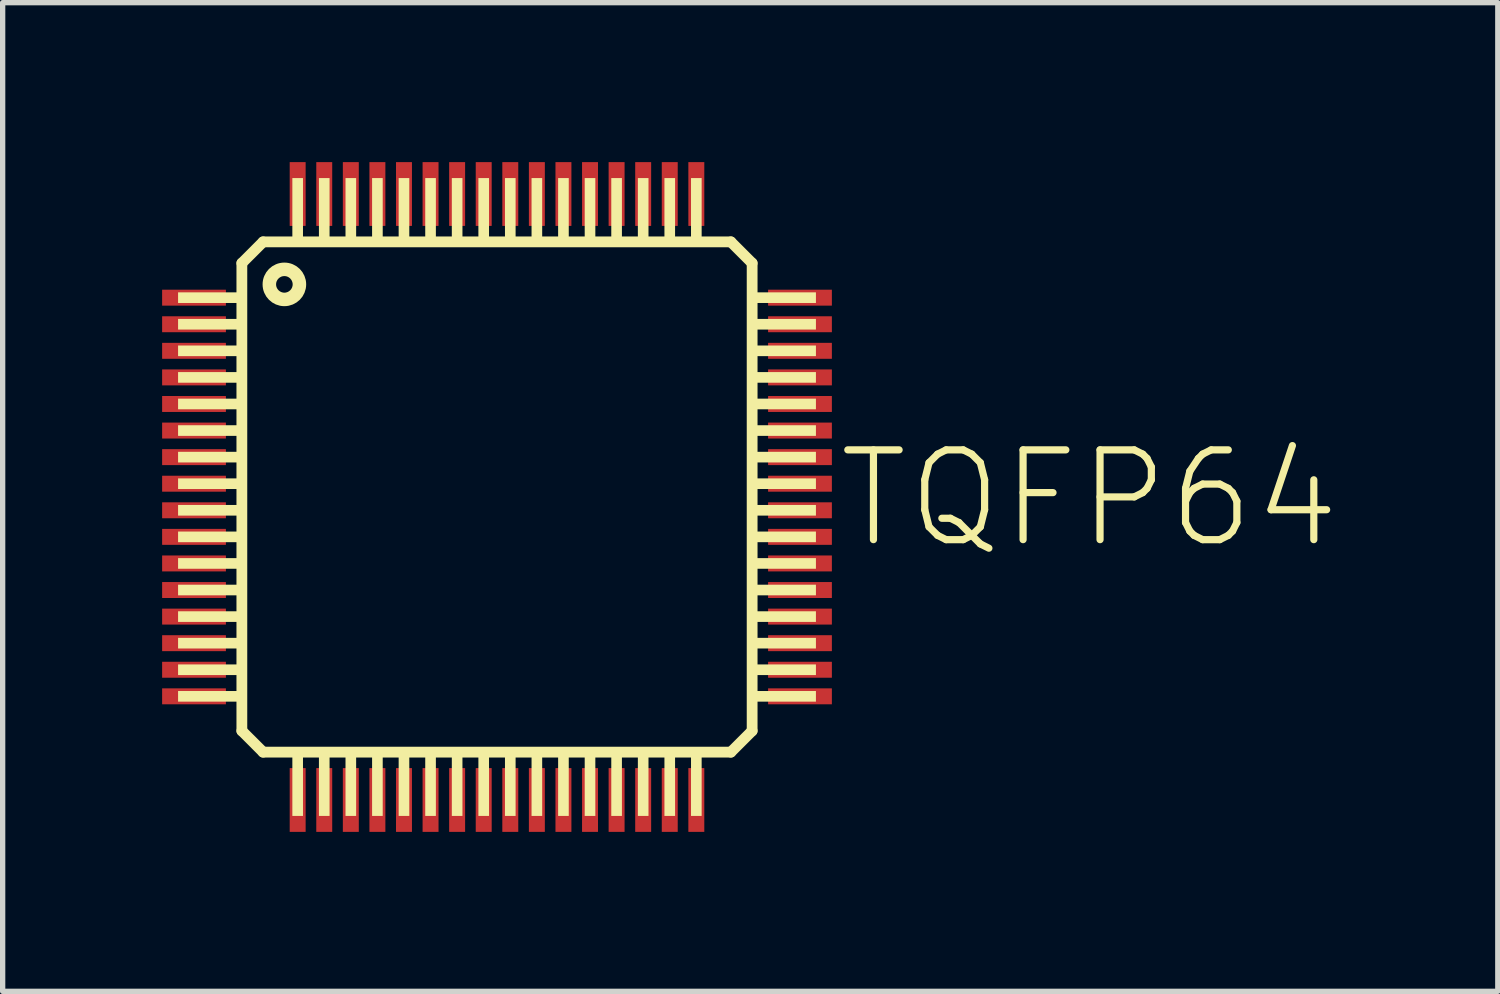
<source format=kicad_pcb>
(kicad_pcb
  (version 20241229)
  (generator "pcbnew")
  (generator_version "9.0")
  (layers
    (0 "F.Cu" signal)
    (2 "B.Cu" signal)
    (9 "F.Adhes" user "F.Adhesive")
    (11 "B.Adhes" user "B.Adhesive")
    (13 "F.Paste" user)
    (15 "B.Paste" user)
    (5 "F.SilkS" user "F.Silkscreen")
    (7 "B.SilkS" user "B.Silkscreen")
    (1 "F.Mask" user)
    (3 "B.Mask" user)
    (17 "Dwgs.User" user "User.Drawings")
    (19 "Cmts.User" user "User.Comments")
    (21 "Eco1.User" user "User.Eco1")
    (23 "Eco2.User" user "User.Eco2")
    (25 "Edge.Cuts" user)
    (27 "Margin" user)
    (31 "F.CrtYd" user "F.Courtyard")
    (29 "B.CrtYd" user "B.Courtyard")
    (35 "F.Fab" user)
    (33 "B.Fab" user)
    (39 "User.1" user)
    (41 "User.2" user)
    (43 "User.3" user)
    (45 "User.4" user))
  (footprint "TQFP64"
    (layer "F.Cu")
    (at 6.3 6.3)
    (property "Reference" "TQFP64" (at 6.35 1.016 180) (layer "F.SilkS") (effects (font (size 1.689 1.689) (thickness 0.135)) (justify left bottom)))
    (attr through_hole)
    (fp_line (start -4.8 -4.4) (end -4.4 -4.8) (stroke (width 0.203) (type solid)) (layer "F.SilkS"))
    (fp_line (start -4.8 4.4) (end -4.8 -4.4) (stroke (width 0.203) (type solid)) (layer "F.SilkS"))
    (fp_line (start -4.4 -4.8) (end 4.4 -4.8) (stroke (width 0.203) (type solid)) (layer "F.SilkS"))
    (fp_line (start -4.4 4.8) (end -4.8 4.4) (stroke (width 0.203) (type solid)) (layer "F.SilkS"))
    (fp_line (start 4.4 -4.8) (end 4.8 -4.4) (stroke (width 0.203) (type solid)) (layer "F.SilkS"))
    (fp_line (start 4.4 4.8) (end -4.4 4.8) (stroke (width 0.203) (type solid)) (layer "F.SilkS"))
    (fp_line (start 4.8 -4.4) (end 4.8 4.4) (stroke (width 0.203) (type solid)) (layer "F.SilkS"))
    (fp_line (start 4.8 4.4) (end 4.4 4.8) (stroke (width 0.203) (type solid)) (layer "F.SilkS"))
    (fp_circle (center -4 -4) (end -3.717 -4) (stroke (width 0.254) (type solid)) (fill no) (layer "F.SilkS"))
    (fp_poly (pts (xy -6 -3.65) (xy -4.8 -3.65) (xy -4.8 -3.85) (xy -6 -3.85)) (stroke (width 0) (type solid)) (fill yes) (layer "F.SilkS"))
    (fp_poly (pts (xy -6 -3.15) (xy -4.8 -3.15) (xy -4.8 -3.35) (xy -6 -3.35)) (stroke (width 0) (type solid)) (fill yes) (layer "F.SilkS"))
    (fp_poly (pts (xy -6 -2.65) (xy -4.8 -2.65) (xy -4.8 -2.85) (xy -6 -2.85)) (stroke (width 0) (type solid)) (fill yes) (layer "F.SilkS"))
    (fp_poly (pts (xy -6 -2.15) (xy -4.8 -2.15) (xy -4.8 -2.35) (xy -6 -2.35)) (stroke (width 0) (type solid)) (fill yes) (layer "F.SilkS"))
    (fp_poly (pts (xy -6 -1.65) (xy -4.8 -1.65) (xy -4.8 -1.85) (xy -6 -1.85)) (stroke (width 0) (type solid)) (fill yes) (layer "F.SilkS"))
    (fp_poly (pts (xy -6 -1.15) (xy -4.8 -1.15) (xy -4.8 -1.35) (xy -6 -1.35)) (stroke (width 0) (type solid)) (fill yes) (layer "F.SilkS"))
    (fp_poly (pts (xy -6 -0.65) (xy -4.8 -0.65) (xy -4.8 -0.85) (xy -6 -0.85)) (stroke (width 0) (type solid)) (fill yes) (layer "F.SilkS"))
    (fp_poly (pts (xy -6 -0.15) (xy -4.8 -0.15) (xy -4.8 -0.35) (xy -6 -0.35)) (stroke (width 0) (type solid)) (fill yes) (layer "F.SilkS"))
    (fp_poly (pts (xy -6 0.35) (xy -4.8 0.35) (xy -4.8 0.15) (xy -6 0.15)) (stroke (width 0) (type solid)) (fill yes) (layer "F.SilkS"))
    (fp_poly (pts (xy -6 0.85) (xy -4.8 0.85) (xy -4.8 0.65) (xy -6 0.65)) (stroke (width 0) (type solid)) (fill yes) (layer "F.SilkS"))
    (fp_poly (pts (xy -6 1.35) (xy -4.8 1.35) (xy -4.8 1.15) (xy -6 1.15)) (stroke (width 0) (type solid)) (fill yes) (layer "F.SilkS"))
    (fp_poly (pts (xy -6 1.85) (xy -4.8 1.85) (xy -4.8 1.65) (xy -6 1.65)) (stroke (width 0) (type solid)) (fill yes) (layer "F.SilkS"))
    (fp_poly (pts (xy -6 2.35) (xy -4.8 2.35) (xy -4.8 2.15) (xy -6 2.15)) (stroke (width 0) (type solid)) (fill yes) (layer "F.SilkS"))
    (fp_poly (pts (xy -6 2.85) (xy -4.8 2.85) (xy -4.8 2.65) (xy -6 2.65)) (stroke (width 0) (type solid)) (fill yes) (layer "F.SilkS"))
    (fp_poly (pts (xy -6 3.35) (xy -4.8 3.35) (xy -4.8 3.15) (xy -6 3.15)) (stroke (width 0) (type solid)) (fill yes) (layer "F.SilkS"))
    (fp_poly (pts (xy -6 3.85) (xy -4.8 3.85) (xy -4.8 3.65) (xy -6 3.65)) (stroke (width 0) (type solid)) (fill yes) (layer "F.SilkS"))
    (fp_poly (pts (xy -3.85 -4.8) (xy -3.65 -4.8) (xy -3.65 -6) (xy -3.85 -6)) (stroke (width 0) (type solid)) (fill yes) (layer "F.SilkS"))
    (fp_poly (pts (xy -3.85 6) (xy -3.65 6) (xy -3.65 4.8) (xy -3.85 4.8)) (stroke (width 0) (type solid)) (fill yes) (layer "F.SilkS"))
    (fp_poly (pts (xy -3.35 -4.8) (xy -3.15 -4.8) (xy -3.15 -6) (xy -3.35 -6)) (stroke (width 0) (type solid)) (fill yes) (layer "F.SilkS"))
    (fp_poly (pts (xy -3.35 6) (xy -3.15 6) (xy -3.15 4.8) (xy -3.35 4.8)) (stroke (width 0) (type solid)) (fill yes) (layer "F.SilkS"))
    (fp_poly (pts (xy -2.85 -4.8) (xy -2.65 -4.8) (xy -2.65 -6) (xy -2.85 -6)) (stroke (width 0) (type solid)) (fill yes) (layer "F.SilkS"))
    (fp_poly (pts (xy -2.85 6) (xy -2.65 6) (xy -2.65 4.8) (xy -2.85 4.8)) (stroke (width 0) (type solid)) (fill yes) (layer "F.SilkS"))
    (fp_poly (pts (xy -2.35 -4.8) (xy -2.15 -4.8) (xy -2.15 -6) (xy -2.35 -6)) (stroke (width 0) (type solid)) (fill yes) (layer "F.SilkS"))
    (fp_poly (pts (xy -2.35 6) (xy -2.15 6) (xy -2.15 4.8) (xy -2.35 4.8)) (stroke (width 0) (type solid)) (fill yes) (layer "F.SilkS"))
    (fp_poly (pts (xy -1.85 -4.8) (xy -1.65 -4.8) (xy -1.65 -6) (xy -1.85 -6)) (stroke (width 0) (type solid)) (fill yes) (layer "F.SilkS"))
    (fp_poly (pts (xy -1.85 6) (xy -1.65 6) (xy -1.65 4.8) (xy -1.85 4.8)) (stroke (width 0) (type solid)) (fill yes) (layer "F.SilkS"))
    (fp_poly (pts (xy -1.35 -4.8) (xy -1.15 -4.8) (xy -1.15 -6) (xy -1.35 -6)) (stroke (width 0) (type solid)) (fill yes) (layer "F.SilkS"))
    (fp_poly (pts (xy -1.35 6) (xy -1.15 6) (xy -1.15 4.8) (xy -1.35 4.8)) (stroke (width 0) (type solid)) (fill yes) (layer "F.SilkS"))
    (fp_poly (pts (xy -0.85 -4.8) (xy -0.65 -4.8) (xy -0.65 -6) (xy -0.85 -6)) (stroke (width 0) (type solid)) (fill yes) (layer "F.SilkS"))
    (fp_poly (pts (xy -0.85 6) (xy -0.65 6) (xy -0.65 4.8) (xy -0.85 4.8)) (stroke (width 0) (type solid)) (fill yes) (layer "F.SilkS"))
    (fp_poly (pts (xy -0.35 -4.8) (xy -0.15 -4.8) (xy -0.15 -6) (xy -0.35 -6)) (stroke (width 0) (type solid)) (fill yes) (layer "F.SilkS"))
    (fp_poly (pts (xy -0.35 6) (xy -0.15 6) (xy -0.15 4.8) (xy -0.35 4.8)) (stroke (width 0) (type solid)) (fill yes) (layer "F.SilkS"))
    (fp_poly (pts (xy 0.15 -4.8) (xy 0.35 -4.8) (xy 0.35 -6) (xy 0.15 -6)) (stroke (width 0) (type solid)) (fill yes) (layer "F.SilkS"))
    (fp_poly (pts (xy 0.15 6) (xy 0.35 6) (xy 0.35 4.8) (xy 0.15 4.8)) (stroke (width 0) (type solid)) (fill yes) (layer "F.SilkS"))
    (fp_poly (pts (xy 0.65 -4.8) (xy 0.85 -4.8) (xy 0.85 -6) (xy 0.65 -6)) (stroke (width 0) (type solid)) (fill yes) (layer "F.SilkS"))
    (fp_poly (pts (xy 0.65 6) (xy 0.85 6) (xy 0.85 4.8) (xy 0.65 4.8)) (stroke (width 0) (type solid)) (fill yes) (layer "F.SilkS"))
    (fp_poly (pts (xy 1.15 -4.8) (xy 1.35 -4.8) (xy 1.35 -6) (xy 1.15 -6)) (stroke (width 0) (type solid)) (fill yes) (layer "F.SilkS"))
    (fp_poly (pts (xy 1.15 6) (xy 1.35 6) (xy 1.35 4.8) (xy 1.15 4.8)) (stroke (width 0) (type solid)) (fill yes) (layer "F.SilkS"))
    (fp_poly (pts (xy 1.65 -4.8) (xy 1.85 -4.8) (xy 1.85 -6) (xy 1.65 -6)) (stroke (width 0) (type solid)) (fill yes) (layer "F.SilkS"))
    (fp_poly (pts (xy 1.65 6) (xy 1.85 6) (xy 1.85 4.8) (xy 1.65 4.8)) (stroke (width 0) (type solid)) (fill yes) (layer "F.SilkS"))
    (fp_poly (pts (xy 2.15 -4.8) (xy 2.35 -4.8) (xy 2.35 -6) (xy 2.15 -6)) (stroke (width 0) (type solid)) (fill yes) (layer "F.SilkS"))
    (fp_poly (pts (xy 2.15 6) (xy 2.35 6) (xy 2.35 4.8) (xy 2.15 4.8)) (stroke (width 0) (type solid)) (fill yes) (layer "F.SilkS"))
    (fp_poly (pts (xy 2.65 -4.8) (xy 2.85 -4.8) (xy 2.85 -6) (xy 2.65 -6)) (stroke (width 0) (type solid)) (fill yes) (layer "F.SilkS"))
    (fp_poly (pts (xy 2.65 6) (xy 2.85 6) (xy 2.85 4.8) (xy 2.65 4.8)) (stroke (width 0) (type solid)) (fill yes) (layer "F.SilkS"))
    (fp_poly (pts (xy 3.15 -4.8) (xy 3.35 -4.8) (xy 3.35 -6) (xy 3.15 -6)) (stroke (width 0) (type solid)) (fill yes) (layer "F.SilkS"))
    (fp_poly (pts (xy 3.15 6) (xy 3.35 6) (xy 3.35 4.8) (xy 3.15 4.8)) (stroke (width 0) (type solid)) (fill yes) (layer "F.SilkS"))
    (fp_poly (pts (xy 3.65 -4.8) (xy 3.85 -4.8) (xy 3.85 -6) (xy 3.65 -6)) (stroke (width 0) (type solid)) (fill yes) (layer "F.SilkS"))
    (fp_poly (pts (xy 3.65 6) (xy 3.85 6) (xy 3.85 4.8) (xy 3.65 4.8)) (stroke (width 0) (type solid)) (fill yes) (layer "F.SilkS"))
    (fp_poly (pts (xy 4.8 -3.65) (xy 6 -3.65) (xy 6 -3.85) (xy 4.8 -3.85)) (stroke (width 0) (type solid)) (fill yes) (layer "F.SilkS"))
    (fp_poly (pts (xy 4.8 -3.15) (xy 6 -3.15) (xy 6 -3.35) (xy 4.8 -3.35)) (stroke (width 0) (type solid)) (fill yes) (layer "F.SilkS"))
    (fp_poly (pts (xy 4.8 -2.65) (xy 6 -2.65) (xy 6 -2.85) (xy 4.8 -2.85)) (stroke (width 0) (type solid)) (fill yes) (layer "F.SilkS"))
    (fp_poly (pts (xy 4.8 -2.15) (xy 6 -2.15) (xy 6 -2.35) (xy 4.8 -2.35)) (stroke (width 0) (type solid)) (fill yes) (layer "F.SilkS"))
    (fp_poly (pts (xy 4.8 -1.65) (xy 6 -1.65) (xy 6 -1.85) (xy 4.8 -1.85)) (stroke (width 0) (type solid)) (fill yes) (layer "F.SilkS"))
    (fp_poly (pts (xy 4.8 -1.15) (xy 6 -1.15) (xy 6 -1.35) (xy 4.8 -1.35)) (stroke (width 0) (type solid)) (fill yes) (layer "F.SilkS"))
    (fp_poly (pts (xy 4.8 -0.65) (xy 6 -0.65) (xy 6 -0.85) (xy 4.8 -0.85)) (stroke (width 0) (type solid)) (fill yes) (layer "F.SilkS"))
    (fp_poly (pts (xy 4.8 -0.15) (xy 6 -0.15) (xy 6 -0.35) (xy 4.8 -0.35)) (stroke (width 0) (type solid)) (fill yes) (layer "F.SilkS"))
    (fp_poly (pts (xy 4.8 0.35) (xy 6 0.35) (xy 6 0.15) (xy 4.8 0.15)) (stroke (width 0) (type solid)) (fill yes) (layer "F.SilkS"))
    (fp_poly (pts (xy 4.8 0.85) (xy 6 0.85) (xy 6 0.65) (xy 4.8 0.65)) (stroke (width 0) (type solid)) (fill yes) (layer "F.SilkS"))
    (fp_poly (pts (xy 4.8 1.35) (xy 6 1.35) (xy 6 1.15) (xy 4.8 1.15)) (stroke (width 0) (type solid)) (fill yes) (layer "F.SilkS"))
    (fp_poly (pts (xy 4.8 1.85) (xy 6 1.85) (xy 6 1.65) (xy 4.8 1.65)) (stroke (width 0) (type solid)) (fill yes) (layer "F.SilkS"))
    (fp_poly (pts (xy 4.8 2.35) (xy 6 2.35) (xy 6 2.15) (xy 4.8 2.15)) (stroke (width 0) (type solid)) (fill yes) (layer "F.SilkS"))
    (fp_poly (pts (xy 4.8 2.85) (xy 6 2.85) (xy 6 2.65) (xy 4.8 2.65)) (stroke (width 0) (type solid)) (fill yes) (layer "F.SilkS"))
    (fp_poly (pts (xy 4.8 3.35) (xy 6 3.35) (xy 6 3.15) (xy 4.8 3.15)) (stroke (width 0) (type solid)) (fill yes) (layer "F.SilkS"))
    (fp_poly (pts (xy 4.8 3.85) (xy 6 3.85) (xy 6 3.65) (xy 4.8 3.65)) (stroke (width 0) (type solid)) (fill yes) (layer "F.SilkS"))
    (pad "1" smd rect (at -5.7 -3.75) (size 1.2 0.3) (layers "F.Cu" "F.Mask" "F.Paste"))
    (pad "2" smd rect (at -5.7 -3.25) (size 1.2 0.3) (layers "F.Cu" "F.Mask" "F.Paste"))
    (pad "3" smd rect (at -5.7 -2.75) (size 1.2 0.3) (layers "F.Cu" "F.Mask" "F.Paste"))
    (pad "4" smd rect (at -5.7 -2.25) (size 1.2 0.3) (layers "F.Cu" "F.Mask" "F.Paste"))
    (pad "5" smd rect (at -5.7 -1.75) (size 1.2 0.3) (layers "F.Cu" "F.Mask" "F.Paste"))
    (pad "6" smd rect (at -5.7 -1.25) (size 1.2 0.3) (layers "F.Cu" "F.Mask" "F.Paste"))
    (pad "7" smd rect (at -5.7 -0.75) (size 1.2 0.3) (layers "F.Cu" "F.Mask" "F.Paste"))
    (pad "8" smd rect (at -5.7 -0.25) (size 1.2 0.3) (layers "F.Cu" "F.Mask" "F.Paste"))
    (pad "9" smd rect (at -5.7 0.25) (size 1.2 0.3) (layers "F.Cu" "F.Mask" "F.Paste"))
    (pad "10" smd rect (at -5.7 0.75) (size 1.2 0.3) (layers "F.Cu" "F.Mask" "F.Paste"))
    (pad "11" smd rect (at -5.7 1.25) (size 1.2 0.3) (layers "F.Cu" "F.Mask" "F.Paste"))
    (pad "12" smd rect (at -5.7 1.75) (size 1.2 0.3) (layers "F.Cu" "F.Mask" "F.Paste"))
    (pad "13" smd rect (at -5.7 2.25) (size 1.2 0.3) (layers "F.Cu" "F.Mask" "F.Paste"))
    (pad "14" smd rect (at -5.7 2.75) (size 1.2 0.3) (layers "F.Cu" "F.Mask" "F.Paste"))
    (pad "15" smd rect (at -5.7 3.25) (size 1.2 0.3) (layers "F.Cu" "F.Mask" "F.Paste"))
    (pad "16" smd rect (at -5.7 3.75) (size 1.2 0.3) (layers "F.Cu" "F.Mask" "F.Paste"))
    (pad "17" smd rect (at -3.75 5.7) (size 0.3 1.2) (layers "F.Cu" "F.Mask" "F.Paste"))
    (pad "18" smd rect (at -3.25 5.7) (size 0.3 1.2) (layers "F.Cu" "F.Mask" "F.Paste"))
    (pad "19" smd rect (at -2.75 5.7) (size 0.3 1.2) (layers "F.Cu" "F.Mask" "F.Paste"))
    (pad "20" smd rect (at -2.25 5.7) (size 0.3 1.2) (layers "F.Cu" "F.Mask" "F.Paste"))
    (pad "21" smd rect (at -1.75 5.7) (size 0.3 1.2) (layers "F.Cu" "F.Mask" "F.Paste"))
    (pad "22" smd rect (at -1.25 5.7) (size 0.3 1.2) (layers "F.Cu" "F.Mask" "F.Paste"))
    (pad "23" smd rect (at -0.75 5.7) (size 0.3 1.2) (layers "F.Cu" "F.Mask" "F.Paste"))
    (pad "24" smd rect (at -0.25 5.7) (size 0.3 1.2) (layers "F.Cu" "F.Mask" "F.Paste"))
    (pad "25" smd rect (at 0.25 5.7) (size 0.3 1.2) (layers "F.Cu" "F.Mask" "F.Paste"))
    (pad "26" smd rect (at 0.75 5.7) (size 0.3 1.2) (layers "F.Cu" "F.Mask" "F.Paste"))
    (pad "27" smd rect (at 1.25 5.7) (size 0.3 1.2) (layers "F.Cu" "F.Mask" "F.Paste"))
    (pad "28" smd rect (at 1.75 5.7) (size 0.3 1.2) (layers "F.Cu" "F.Mask" "F.Paste"))
    (pad "29" smd rect (at 2.25 5.7) (size 0.3 1.2) (layers "F.Cu" "F.Mask" "F.Paste"))
    (pad "30" smd rect (at 2.75 5.7) (size 0.3 1.2) (layers "F.Cu" "F.Mask" "F.Paste"))
    (pad "31" smd rect (at 3.25 5.7) (size 0.3 1.2) (layers "F.Cu" "F.Mask" "F.Paste"))
    (pad "32" smd rect (at 3.75 5.7) (size 0.3 1.2) (layers "F.Cu" "F.Mask" "F.Paste"))
    (pad "33" smd rect (at 5.7 3.75) (size 1.2 0.3) (layers "F.Cu" "F.Mask" "F.Paste"))
    (pad "34" smd rect (at 5.7 3.25) (size 1.2 0.3) (layers "F.Cu" "F.Mask" "F.Paste"))
    (pad "35" smd rect (at 5.7 2.75) (size 1.2 0.3) (layers "F.Cu" "F.Mask" "F.Paste"))
    (pad "36" smd rect (at 5.7 2.25) (size 1.2 0.3) (layers "F.Cu" "F.Mask" "F.Paste"))
    (pad "37" smd rect (at 5.7 1.75) (size 1.2 0.3) (layers "F.Cu" "F.Mask" "F.Paste"))
    (pad "38" smd rect (at 5.7 1.25) (size 1.2 0.3) (layers "F.Cu" "F.Mask" "F.Paste"))
    (pad "39" smd rect (at 5.7 0.75) (size 1.2 0.3) (layers "F.Cu" "F.Mask" "F.Paste"))
    (pad "40" smd rect (at 5.7 0.25) (size 1.2 0.3) (layers "F.Cu" "F.Mask" "F.Paste"))
    (pad "41" smd rect (at 5.7 -0.25) (size 1.2 0.3) (layers "F.Cu" "F.Mask" "F.Paste"))
    (pad "42" smd rect (at 5.7 -0.75) (size 1.2 0.3) (layers "F.Cu" "F.Mask" "F.Paste"))
    (pad "43" smd rect (at 5.7 -1.25) (size 1.2 0.3) (layers "F.Cu" "F.Mask" "F.Paste"))
    (pad "44" smd rect (at 5.7 -1.75) (size 1.2 0.3) (layers "F.Cu" "F.Mask" "F.Paste"))
    (pad "45" smd rect (at 5.7 -2.25) (size 1.2 0.3) (layers "F.Cu" "F.Mask" "F.Paste"))
    (pad "46" smd rect (at 5.7 -2.75) (size 1.2 0.3) (layers "F.Cu" "F.Mask" "F.Paste"))
    (pad "47" smd rect (at 5.7 -3.25) (size 1.2 0.3) (layers "F.Cu" "F.Mask" "F.Paste"))
    (pad "48" smd rect (at 5.7 -3.75) (size 1.2 0.3) (layers "F.Cu" "F.Mask" "F.Paste"))
    (pad "49" smd rect (at 3.75 -5.7) (size 0.3 1.2) (layers "F.Cu" "F.Mask" "F.Paste"))
    (pad "50" smd rect (at 3.25 -5.7) (size 0.3 1.2) (layers "F.Cu" "F.Mask" "F.Paste"))
    (pad "51" smd rect (at 2.75 -5.7) (size 0.3 1.2) (layers "F.Cu" "F.Mask" "F.Paste"))
    (pad "52" smd rect (at 2.25 -5.7) (size 0.3 1.2) (layers "F.Cu" "F.Mask" "F.Paste"))
    (pad "53" smd rect (at 1.75 -5.7) (size 0.3 1.2) (layers "F.Cu" "F.Mask" "F.Paste"))
    (pad "54" smd rect (at 1.25 -5.7) (size 0.3 1.2) (layers "F.Cu" "F.Mask" "F.Paste"))
    (pad "55" smd rect (at 0.75 -5.7) (size 0.3 1.2) (layers "F.Cu" "F.Mask" "F.Paste"))
    (pad "56" smd rect (at 0.25 -5.7) (size 0.3 1.2) (layers "F.Cu" "F.Mask" "F.Paste"))
    (pad "57" smd rect (at -0.25 -5.7) (size 0.3 1.2) (layers "F.Cu" "F.Mask" "F.Paste"))
    (pad "58" smd rect (at -0.75 -5.7) (size 0.3 1.2) (layers "F.Cu" "F.Mask" "F.Paste"))
    (pad "59" smd rect (at -1.25 -5.7) (size 0.3 1.2) (layers "F.Cu" "F.Mask" "F.Paste"))
    (pad "60" smd rect (at -1.75 -5.7) (size 0.3 1.2) (layers "F.Cu" "F.Mask" "F.Paste"))
    (pad "61" smd rect (at -2.25 -5.7) (size 0.3 1.2) (layers "F.Cu" "F.Mask" "F.Paste"))
    (pad "62" smd rect (at -2.75 -5.7) (size 0.3 1.2) (layers "F.Cu" "F.Mask" "F.Paste"))
    (pad "63" smd rect (at -3.25 -5.7) (size 0.3 1.2) (layers "F.Cu" "F.Mask" "F.Paste"))
    (pad "64" smd rect (at -3.75 -5.7) (size 0.3 1.2) (layers "F.Cu" "F.Mask" "F.Paste")))
  (gr_rect
    (start -3 -3)
    (end 25.128 15.6)
    (stroke (width 0.1) (type default))
    (fill no)
    (layer "Edge.Cuts")))
</source>
